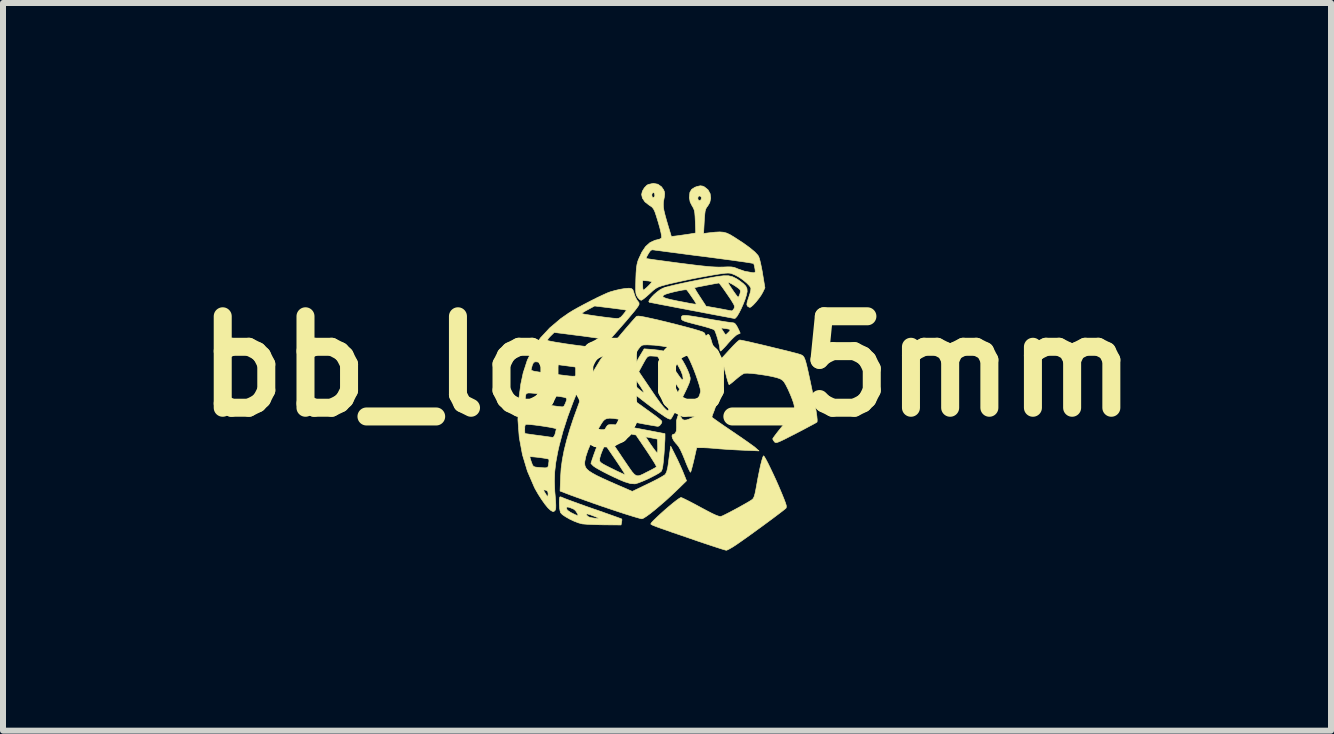
<source format=kicad_pcb>
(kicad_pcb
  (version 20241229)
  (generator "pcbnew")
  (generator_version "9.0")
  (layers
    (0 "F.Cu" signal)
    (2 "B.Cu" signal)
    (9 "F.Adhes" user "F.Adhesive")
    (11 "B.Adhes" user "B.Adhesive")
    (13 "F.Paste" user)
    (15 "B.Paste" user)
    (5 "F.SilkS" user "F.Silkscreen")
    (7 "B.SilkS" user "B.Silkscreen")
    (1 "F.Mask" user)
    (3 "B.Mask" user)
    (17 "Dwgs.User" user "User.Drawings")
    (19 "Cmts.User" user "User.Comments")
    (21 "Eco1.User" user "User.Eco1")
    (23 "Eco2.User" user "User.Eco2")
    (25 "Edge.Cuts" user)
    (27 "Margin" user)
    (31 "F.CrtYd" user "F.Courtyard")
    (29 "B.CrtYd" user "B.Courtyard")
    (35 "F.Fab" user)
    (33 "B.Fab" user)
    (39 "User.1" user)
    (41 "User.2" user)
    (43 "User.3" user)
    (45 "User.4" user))
  (footprint "bb_logo_5mm"
    (layer "F.Cu")
    (at 8.063 3.054)
    (property "Reference" "bb_logo_5mm" (at 0 0 0) (layer "F.SilkS") (effects (font (size 1.524 1.524) (thickness 0.3))))
    (attr through_hole)
    (fp_poly (pts (xy 0.328 -0.848) (xy 0.393 -0.84) (xy 0.482 -0.826) (xy 0.6 -0.806) (xy 0.652 -0.797) (xy 0.764 -0.777) (xy 0.869 -0.76) (xy 0.959 -0.745) (xy 1.029 -0.735) (xy 1.074 -0.729) (xy 1.086 -0.728) (xy 1.117 -0.723) (xy 1.141 -0.704) (xy 1.167 -0.663) (xy 1.177 -0.644) (xy 1.2 -0.597) (xy 1.215 -0.563) (xy 1.219 -0.553) (xy 1.205 -0.544) (xy 1.179 -0.536) (xy 1.152 -0.519) (xy 1.11 -0.482) (xy 1.059 -0.431) (xy 1.023 -0.391) (xy 0.974 -0.335) (xy 0.932 -0.291) (xy 0.903 -0.262) (xy 0.893 -0.255) (xy 0.883 -0.268) (xy 0.881 -0.285) (xy 0.876 -0.326) (xy 0.863 -0.384) (xy 0.846 -0.451) (xy 0.826 -0.516) (xy 0.807 -0.57) (xy 0.792 -0.603) (xy 0.789 -0.607) (xy 0.765 -0.619) (xy 0.714 -0.637) (xy 0.699 -0.641) (xy 0.899 -0.641) (xy 0.936 -0.583) (xy 0.96 -0.547) (xy 0.975 -0.527) (xy 0.977 -0.525) (xy 0.99 -0.536) (xy 1.017 -0.562) (xy 1.024 -0.568) (xy 1.047 -0.594) (xy 1.05 -0.611) (xy 1.029 -0.621) (xy 0.979 -0.63) (xy 0.962 -0.632) (xy 0.899 -0.641) (xy 0.699 -0.641) (xy 0.643 -0.658) (xy 0.558 -0.681) (xy 0.505 -0.694) (xy 0.405 -0.72) (xy 0.332 -0.74) (xy 0.284 -0.756) (xy 0.256 -0.77) (xy 0.243 -0.783) (xy 0.241 -0.79) (xy 0.239 -0.815) (xy 0.243 -0.833) (xy 0.257 -0.844) (xy 0.284 -0.849) (xy 0.328 -0.848)) (stroke (width 0.01) (type solid)) (fill yes) (layer "F.SilkS"))
    (fp_poly (pts (xy -1.767 2.176) (xy -1.765 2.176) (xy -1.711 2.199) (xy -1.648 2.223) (xy -1.572 2.251) (xy -1.479 2.285) (xy -1.365 2.326) (xy -1.225 2.375) (xy -1.163 2.396) (xy -1.053 2.435) (xy -0.954 2.47) (xy -0.87 2.5) (xy -0.806 2.523) (xy -0.766 2.538) (xy -0.754 2.543) (xy -0.752 2.562) (xy -0.757 2.595) (xy -0.766 2.642) (xy -1.048 2.64) (xy -1.149 2.638) (xy -1.246 2.635) (xy -1.329 2.631) (xy -1.391 2.626) (xy -1.414 2.624) (xy -1.476 2.607) (xy -1.549 2.579) (xy -1.623 2.544) (xy -1.691 2.505) (xy -1.744 2.469) (xy -1.773 2.438) (xy -1.774 2.437) (xy -1.784 2.399) (xy -1.789 2.366) (xy -1.676 2.366) (xy -1.66 2.396) (xy -1.61 2.431) (xy -1.588 2.442) (xy -1.528 2.472) (xy -1.494 2.484) (xy -1.482 2.48) (xy -1.489 2.46) (xy -1.346 2.46) (xy -1.34 2.477) (xy -1.33 2.488) (xy -1.307 2.507) (xy -1.272 2.519) (xy -1.218 2.528) (xy -1.138 2.536) (xy -1.135 2.536) (xy -1.136 2.531) (xy -1.162 2.518) (xy -1.209 2.498) (xy -1.211 2.497) (xy -1.284 2.47) (xy -1.328 2.458) (xy -1.346 2.46) (xy -1.489 2.46) (xy -1.489 2.459) (xy -1.502 2.437) (xy -1.526 2.402) (xy -1.556 2.378) (xy -1.603 2.358) (xy -1.638 2.346) (xy -1.667 2.343) (xy -1.676 2.361) (xy -1.676 2.366) (xy -1.789 2.366) (xy -1.792 2.341) (xy -1.795 2.28) (xy -1.794 2.219) (xy -1.79 2.186) (xy -1.782 2.173) (xy -1.767 2.176)) (stroke (width 0.01) (type solid)) (fill yes) (layer "F.SilkS"))
    (fp_poly (pts (xy 0.806 0.664) (xy 0.804 0.683) (xy 0.791 0.722) (xy 0.779 0.754) (xy 0.76 0.802) (xy 0.749 0.837) (xy 0.749 0.847) (xy 0.764 0.86) (xy 0.803 0.888) (xy 0.862 0.93) (xy 0.937 0.982) (xy 1.025 1.042) (xy 1.084 1.082) (xy 1.181 1.148) (xy 1.273 1.211) (xy 1.353 1.267) (xy 1.417 1.313) (xy 1.461 1.345) (xy 1.473 1.356) (xy 1.532 1.408) (xy 1.27 1.397) (xy 1.162 1.392) (xy 1.051 1.386) (xy 0.948 1.379) (xy 0.863 1.373) (xy 0.847 1.371) (xy 0.763 1.364) (xy 0.678 1.358) (xy 0.608 1.355) (xy 0.59 1.355) (xy 0.494 1.355) (xy 0.449 1.554) (xy 0.43 1.632) (xy 0.413 1.697) (xy 0.4 1.744) (xy 0.392 1.764) (xy 0.392 1.764) (xy 0.382 1.753) (xy 0.363 1.716) (xy 0.337 1.658) (xy 0.307 1.585) (xy 0.299 1.563) (xy 0.258 1.464) (xy 0.224 1.39) (xy 0.193 1.336) (xy 0.16 1.295) (xy 0.15 1.285) (xy 0.115 1.241) (xy 0.091 1.197) (xy 0.082 1.16) (xy 0.09 1.138) (xy 0.1 1.135) (xy 0.135 1.12) (xy 0.155 1.077) (xy 0.159 1.01) (xy 0.158 0.995) (xy 0.158 0.904) (xy 0.173 0.847) (xy 0.197 0.788) (xy 0.23 0.844) (xy 0.255 0.881) (xy 0.282 0.895) (xy 0.322 0.893) (xy 0.358 0.882) (xy 0.417 0.857) (xy 0.49 0.822) (xy 0.57 0.781) (xy 0.589 0.77) (xy 0.665 0.73) (xy 0.729 0.697) (xy 0.777 0.674) (xy 0.803 0.664) (xy 0.806 0.664)) (stroke (width 0.01) (type solid)) (fill yes) (layer "F.SilkS"))
    (fp_poly (pts (xy 1.622 1.505) (xy 1.646 1.546) (xy 1.68 1.61) (xy 1.719 1.69) (xy 1.764 1.784) (xy 1.811 1.885) (xy 1.858 1.991) (xy 1.902 2.095) (xy 1.913 2.121) (xy 1.949 2.21) (xy 1.973 2.273) (xy 1.986 2.315) (xy 1.988 2.343) (xy 1.983 2.36) (xy 1.981 2.363) (xy 1.961 2.38) (xy 1.918 2.414) (xy 1.855 2.462) (xy 1.778 2.52) (xy 1.689 2.586) (xy 1.594 2.656) (xy 1.496 2.727) (xy 1.4 2.797) (xy 1.309 2.862) (xy 1.228 2.919) (xy 1.162 2.965) (xy 1.155 2.97) (xy 1.093 3.01) (xy 1.038 3.042) (xy 0.999 3.061) (xy 0.986 3.064) (xy 0.963 3.058) (xy 0.913 3.043) (xy 0.838 3.019) (xy 0.743 2.988) (xy 0.632 2.951) (xy 0.507 2.909) (xy 0.398 2.871) (xy 0.233 2.814) (xy 0.096 2.768) (xy -0.013 2.729) (xy -0.099 2.699) (xy -0.164 2.676) (xy -0.21 2.658) (xy -0.242 2.645) (xy -0.26 2.635) (xy -0.269 2.629) (xy -0.271 2.625) (xy -0.259 2.604) (xy -0.225 2.567) (xy -0.174 2.518) (xy -0.112 2.46) (xy -0.043 2.398) (xy 0.028 2.337) (xy 0.095 2.281) (xy 0.155 2.234) (xy 0.201 2.201) (xy 0.229 2.185) (xy 0.233 2.184) (xy 0.254 2.192) (xy 0.301 2.214) (xy 0.367 2.247) (xy 0.448 2.289) (xy 0.539 2.338) (xy 0.555 2.347) (xy 0.666 2.406) (xy 0.751 2.45) (xy 0.814 2.479) (xy 0.858 2.495) (xy 0.888 2.501) (xy 0.897 2.5) (xy 0.925 2.49) (xy 0.976 2.465) (xy 1.043 2.431) (xy 1.12 2.39) (xy 1.2 2.347) (xy 1.278 2.303) (xy 1.347 2.264) (xy 1.399 2.232) (xy 1.419 2.218) (xy 1.436 2.201) (xy 1.451 2.17) (xy 1.465 2.122) (xy 1.48 2.049) (xy 1.491 1.99) (xy 1.514 1.863) (xy 1.537 1.748) (xy 1.558 1.649) (xy 1.578 1.571) (xy 1.594 1.517) (xy 1.606 1.492) (xy 1.609 1.49) (xy 1.622 1.505)) (stroke (width 0.01) (type solid)) (fill yes) (layer "F.SilkS"))
    (fp_poly (pts (xy 1.236 -0.436) (xy 1.289 -0.425) (xy 1.365 -0.409) (xy 1.458 -0.387) (xy 1.563 -0.363) (xy 1.675 -0.336) (xy 1.789 -0.308) (xy 1.901 -0.281) (xy 2.003 -0.256) (xy 2.093 -0.233) (xy 2.164 -0.215) (xy 2.211 -0.201) (xy 2.226 -0.196) (xy 2.248 -0.186) (xy 2.266 -0.173) (xy 2.281 -0.154) (xy 2.295 -0.124) (xy 2.31 -0.08) (xy 2.327 -0.016) (xy 2.347 0.07) (xy 2.372 0.184) (xy 2.387 0.254) (xy 2.427 0.445) (xy 2.459 0.605) (xy 2.482 0.732) (xy 2.496 0.827) (xy 2.502 0.892) (xy 2.5 0.925) (xy 2.497 0.929) (xy 2.478 0.941) (xy 2.433 0.966) (xy 2.367 1.001) (xy 2.285 1.045) (xy 2.191 1.094) (xy 2.149 1.116) (xy 2.041 1.171) (xy 1.959 1.213) (xy 1.898 1.242) (xy 1.856 1.26) (xy 1.828 1.269) (xy 1.81 1.269) (xy 1.797 1.264) (xy 1.789 1.256) (xy 1.767 1.225) (xy 1.761 1.207) (xy 1.771 1.189) (xy 1.8 1.149) (xy 1.842 1.094) (xy 1.894 1.029) (xy 1.913 1.006) (xy 1.972 0.933) (xy 2.025 0.863) (xy 2.068 0.804) (xy 2.095 0.762) (xy 2.098 0.756) (xy 2.117 0.715) (xy 2.122 0.682) (xy 2.116 0.641) (xy 2.106 0.604) (xy 2.086 0.547) (xy 2.057 0.474) (xy 2.023 0.397) (xy 2.013 0.375) (xy 1.978 0.306) (xy 1.951 0.261) (xy 1.925 0.232) (xy 1.894 0.212) (xy 1.874 0.203) (xy 1.826 0.187) (xy 1.756 0.17) (xy 1.671 0.153) (xy 1.579 0.139) (xy 1.488 0.126) (xy 1.405 0.117) (xy 1.337 0.113) (xy 1.292 0.115) (xy 1.283 0.117) (xy 1.25 0.136) (xy 1.202 0.17) (xy 1.149 0.214) (xy 1.143 0.219) (xy 1.095 0.26) (xy 1.057 0.29) (xy 1.035 0.304) (xy 1.034 0.305) (xy 1.026 0.289) (xy 1.012 0.247) (xy 0.994 0.184) (xy 0.974 0.105) (xy 0.968 0.083) (xy 0.914 -0.138) (xy 1.052 -0.289) (xy 1.107 -0.348) (xy 1.155 -0.396) (xy 1.192 -0.428) (xy 1.211 -0.44) (xy 1.211 -0.44) (xy 1.236 -0.436)) (stroke (width 0.01) (type solid)) (fill yes) (layer "F.SilkS"))
    (fp_poly (pts (xy -0.246 -0.282) (xy -0.146 -0.271) (xy -0.045 -0.254) (xy 0.049 -0.232) (xy 0.129 -0.208) (xy 0.186 -0.183) (xy 0.199 -0.175) (xy 0.23 -0.141) (xy 0.267 -0.084) (xy 0.306 -0.014) (xy 0.342 0.06) (xy 0.369 0.128) (xy 0.384 0.182) (xy 0.385 0.185) (xy 0.386 0.21) (xy 0.381 0.24) (xy 0.368 0.28) (xy 0.345 0.334) (xy 0.312 0.406) (xy 0.265 0.501) (xy 0.238 0.553) (xy 0.19 0.648) (xy 0.146 0.732) (xy 0.109 0.801) (xy 0.081 0.851) (xy 0.064 0.876) (xy 0.063 0.878) (xy 0.045 0.879) (xy 0.01 0.865) (xy -0.043 0.833) (xy -0.119 0.78) (xy -0.129 0.774) (xy -0.211 0.714) (xy -0.308 0.642) (xy -0.406 0.567) (xy -0.488 0.503) (xy -0.563 0.443) (xy -0.615 0.4) (xy -0.647 0.369) (xy -0.664 0.346) (xy -0.669 0.327) (xy -0.667 0.308) (xy -0.662 0.294) (xy -0.539 0.294) (xy -0.529 0.32) (xy -0.5 0.352) (xy -0.473 0.376) (xy -0.43 0.411) (xy -0.398 0.434) (xy -0.385 0.44) (xy -0.387 0.427) (xy -0.405 0.394) (xy -0.435 0.346) (xy -0.442 0.334) (xy -0.477 0.283) (xy -0.504 0.243) (xy -0.518 0.223) (xy -0.518 0.222) (xy -0.525 0.232) (xy -0.535 0.264) (xy -0.535 0.264) (xy -0.539 0.294) (xy -0.662 0.294) (xy -0.646 0.239) (xy -0.612 0.151) (xy -0.585 0.088) (xy -0.47 0.088) (xy -0.274 0.378) (xy -0.187 0.506) (xy -0.116 0.605) (xy -0.06 0.676) (xy -0.018 0.72) (xy 0.008 0.737) (xy 0.017 0.736) (xy 0.028 0.72) (xy 0.051 0.68) (xy 0.082 0.622) (xy 0.117 0.555) (xy 0.209 0.379) (xy -0.126 -0.117) (xy 0.025 -0.117) (xy 0.04 -0.083) (xy 0.075 -0.026) (xy 0.127 0.053) (xy 0.13 0.059) (xy 0.183 0.135) (xy 0.219 0.186) (xy 0.243 0.215) (xy 0.257 0.225) (xy 0.265 0.22) (xy 0.268 0.203) (xy 0.261 0.152) (xy 0.233 0.078) (xy 0.211 0.036) (xy 0.177 -0.027) (xy 0.146 -0.067) (xy 0.11 -0.094) (xy 0.06 -0.115) (xy 0.029 -0.125) (xy 0.025 -0.117) (xy -0.126 -0.117) (xy -0.159 -0.167) (xy -0.239 -0.172) (xy -0.277 -0.174) (xy -0.304 -0.171) (xy -0.326 -0.158) (xy -0.349 -0.13) (xy -0.377 -0.082) (xy -0.416 -0.011) (xy -0.47 0.088) (xy -0.585 0.088) (xy -0.57 0.054) (xy -0.523 -0.043) (xy -0.478 -0.13) (xy -0.461 -0.159) (xy -0.381 -0.292) (xy -0.246 -0.282)) (stroke (width 0.01) (type solid)) (fill yes) (layer "F.SilkS"))
    (fp_poly (pts (xy -0.891 0.971) (xy -0.824 0.978) (xy -0.735 0.991) (xy -0.62 1.01) (xy -0.478 1.036) (xy -0.358 1.059) (xy -0.034 1.121) (xy -0.034 1.183) (xy -0.035 1.223) (xy -0.039 1.288) (xy -0.044 1.37) (xy -0.05 1.461) (xy -0.052 1.482) (xy -0.061 1.585) (xy -0.07 1.659) (xy -0.08 1.709) (xy -0.091 1.74) (xy -0.098 1.75) (xy -0.13 1.775) (xy -0.186 1.807) (xy -0.257 1.844) (xy -0.334 1.882) (xy -0.411 1.915) (xy -0.478 1.941) (xy -0.528 1.956) (xy -0.537 1.957) (xy -0.611 1.952) (xy -0.706 1.923) (xy -0.709 1.922) (xy -0.788 1.889) (xy -0.876 1.849) (xy -0.967 1.805) (xy -1.054 1.761) (xy -1.13 1.72) (xy -1.191 1.685) (xy -1.228 1.659) (xy -1.233 1.654) (xy -1.268 1.617) (xy -1.246 1.549) (xy -1.124 1.549) (xy -1.123 1.57) (xy -1.116 1.588) (xy -1.098 1.606) (xy -1.065 1.628) (xy -1.011 1.657) (xy -0.932 1.697) (xy -0.915 1.705) (xy -0.838 1.743) (xy -0.773 1.773) (xy -0.725 1.795) (xy -0.7 1.804) (xy -0.698 1.804) (xy -0.705 1.789) (xy -0.729 1.751) (xy -0.766 1.693) (xy -0.813 1.622) (xy -0.862 1.549) (xy -1.033 1.299) (xy -1.077 1.399) (xy -1.101 1.46) (xy -1.118 1.517) (xy -1.124 1.549) (xy -1.246 1.549) (xy -1.219 1.47) (xy -1.189 1.388) (xy -1.153 1.299) (xy -1.114 1.21) (xy -1.091 1.16) (xy -0.963 1.16) (xy -0.96 1.18) (xy -0.948 1.208) (xy -0.926 1.247) (xy -0.892 1.301) (xy -0.843 1.374) (xy -0.778 1.47) (xy -0.751 1.511) (xy -0.679 1.617) (xy -0.623 1.699) (xy -0.58 1.759) (xy -0.545 1.798) (xy -0.514 1.819) (xy -0.483 1.824) (xy -0.448 1.816) (xy -0.404 1.797) (xy -0.348 1.768) (xy -0.312 1.75) (xy -0.253 1.72) (xy -0.206 1.694) (xy -0.179 1.677) (xy -0.177 1.674) (xy -0.183 1.656) (xy -0.205 1.615) (xy -0.242 1.556) (xy -0.289 1.482) (xy -0.342 1.402) (xy -0.497 1.173) (xy -0.357 1.173) (xy -0.328 1.217) (xy -0.276 1.296) (xy -0.23 1.361) (xy -0.194 1.409) (xy -0.17 1.435) (xy -0.164 1.439) (xy -0.158 1.424) (xy -0.155 1.383) (xy -0.156 1.327) (xy -0.156 1.326) (xy -0.161 1.212) (xy -0.259 1.192) (xy -0.357 1.173) (xy -0.497 1.173) (xy -0.516 1.144) (xy -0.618 1.123) (xy -0.696 1.109) (xy -0.782 1.097) (xy -0.824 1.092) (xy -0.882 1.086) (xy -0.915 1.087) (xy -0.935 1.098) (xy -0.949 1.121) (xy -0.953 1.128) (xy -0.96 1.144) (xy -0.963 1.16) (xy -1.091 1.16) (xy -1.075 1.127) (xy -1.039 1.056) (xy -1.009 1.005) (xy -0.99 0.982) (xy -0.972 0.973) (xy -0.94 0.97) (xy -0.891 0.971)) (stroke (width 0.01) (type solid)) (fill yes) (layer "F.SilkS"))
    (fp_poly (pts (xy 1.022 -1.51) (xy 1.088 -1.495) (xy 1.153 -1.463) (xy 1.201 -1.432) (xy 1.27 -1.38) (xy 1.312 -1.337) (xy 1.332 -1.295) (xy 1.335 -1.249) (xy 1.334 -1.241) (xy 1.321 -1.182) (xy 1.298 -1.11) (xy 1.268 -1.034) (xy 1.234 -0.958) (xy 1.2 -0.891) (xy 1.168 -0.837) (xy 1.141 -0.805) (xy 1.126 -0.798) (xy 1.106 -0.801) (xy 1.057 -0.81) (xy 0.981 -0.825) (xy 0.883 -0.843) (xy 0.766 -0.865) (xy 0.634 -0.89) (xy 0.49 -0.918) (xy 0.423 -0.93) (xy 0.274 -0.959) (xy 0.135 -0.985) (xy 0.009 -1.01) (xy -0.1 -1.03) (xy -0.189 -1.048) (xy -0.253 -1.06) (xy -0.289 -1.067) (xy -0.295 -1.068) (xy -0.304 -1.082) (xy -0.291 -1.111) (xy -0.261 -1.15) (xy -0.246 -1.165) (xy -0.072 -1.165) (xy -0.055 -1.149) (xy -0.012 -1.132) (xy 0.062 -1.113) (xy 0.166 -1.091) (xy 0.196 -1.085) (xy 0.303 -1.065) (xy 0.38 -1.05) (xy 0.433 -1.041) (xy 0.465 -1.037) (xy 0.482 -1.037) (xy 0.486 -1.042) (xy 0.483 -1.05) (xy 0.481 -1.054) (xy 0.456 -1.094) (xy 0.422 -1.144) (xy 0.387 -1.195) (xy 0.355 -1.24) (xy 0.332 -1.27) (xy 0.325 -1.276) (xy 0.302 -1.277) (xy 0.256 -1.271) (xy 0.194 -1.259) (xy 0.125 -1.244) (xy 0.057 -1.227) (xy 0.001 -1.211) (xy -0.03 -1.2) (xy -0.063 -1.182) (xy -0.072 -1.165) (xy -0.246 -1.165) (xy -0.219 -1.194) (xy -0.169 -1.237) (xy -0.118 -1.275) (xy -0.069 -1.302) (xy -0.068 -1.302) (xy -0.043 -1.311) (xy 0.459 -1.311) (xy 0.465 -1.295) (xy 0.486 -1.257) (xy 0.519 -1.204) (xy 0.552 -1.153) (xy 0.651 -1.002) (xy 0.855 -0.966) (xy 0.935 -0.951) (xy 1.003 -0.938) (xy 1.052 -0.929) (xy 1.075 -0.924) (xy 1.075 -0.924) (xy 1.095 -0.934) (xy 1.115 -0.961) (xy 1.123 -0.98) (xy 1.124 -0.999) (xy 1.116 -1.025) (xy 1.095 -1.062) (xy 1.061 -1.117) (xy 1.009 -1.193) (xy 1.007 -1.196) (xy 0.959 -1.266) (xy 0.917 -1.325) (xy 0.885 -1.367) (xy 0.868 -1.387) (xy 0.866 -1.389) (xy 0.843 -1.386) (xy 0.797 -1.378) (xy 0.734 -1.366) (xy 0.664 -1.353) (xy 0.593 -1.339) (xy 0.53 -1.327) (xy 0.483 -1.317) (xy 0.46 -1.311) (xy 0.459 -1.311) (xy -0.043 -1.311) (xy -0.025 -1.317) (xy 0.047 -1.336) (xy 0.141 -1.359) (xy 0.253 -1.384) (xy 0.317 -1.397) (xy 1.016 -1.397) (xy 1.025 -1.378) (xy 1.048 -1.34) (xy 1.08 -1.292) (xy 1.115 -1.241) (xy 1.148 -1.195) (xy 1.173 -1.163) (xy 1.185 -1.151) (xy 1.197 -1.166) (xy 1.212 -1.202) (xy 1.215 -1.21) (xy 1.224 -1.25) (xy 1.217 -1.276) (xy 1.188 -1.303) (xy 1.179 -1.309) (xy 1.136 -1.339) (xy 1.089 -1.368) (xy 1.049 -1.389) (xy 1.022 -1.399) (xy 1.016 -1.397) (xy 0.317 -1.397) (xy 0.377 -1.41) (xy 0.507 -1.436) (xy 0.638 -1.461) (xy 0.765 -1.484) (xy 0.846 -1.498) (xy 0.945 -1.51) (xy 1.022 -1.51)) (stroke (width 0.01) (type solid)) (fill yes) (layer "F.SilkS"))
    (fp_poly (pts (xy -0.439 -0.834) (xy -0.379 -0.823) (xy -0.294 -0.805) (xy -0.252 -0.796) (xy -0.113 -0.764) (xy 0.035 -0.728) (xy 0.182 -0.691) (xy 0.32 -0.655) (xy 0.442 -0.622) (xy 0.533 -0.595) (xy 0.594 -0.574) (xy 0.626 -0.554) (xy 0.633 -0.536) (xy 0.638 -0.511) (xy 0.658 -0.515) (xy 0.674 -0.528) (xy 0.69 -0.534) (xy 0.707 -0.514) (xy 0.719 -0.486) (xy 0.733 -0.446) (xy 0.752 -0.382) (xy 0.775 -0.297) (xy 0.801 -0.199) (xy 0.827 -0.092) (xy 0.854 0.016) (xy 0.878 0.12) (xy 0.9 0.215) (xy 0.917 0.294) (xy 0.928 0.351) (xy 0.931 0.38) (xy 0.926 0.417) (xy 0.906 0.452) (xy 0.868 0.49) (xy 0.809 0.534) (xy 0.724 0.587) (xy 0.69 0.607) (xy 0.627 0.644) (xy 0.576 0.673) (xy 0.543 0.69) (xy 0.535 0.694) (xy 0.522 0.682) (xy 0.501 0.652) (xy 0.501 0.652) (xy 0.486 0.624) (xy 0.484 0.6) (xy 0.498 0.568) (xy 0.516 0.536) (xy 0.542 0.481) (xy 0.557 0.428) (xy 0.559 0.409) (xy 0.552 0.369) (xy 0.535 0.305) (xy 0.509 0.225) (xy 0.478 0.136) (xy 0.443 0.044) (xy 0.407 -0.042) (xy 0.374 -0.115) (xy 0.369 -0.124) (xy 0.337 -0.183) (xy 0.305 -0.221) (xy 0.264 -0.247) (xy 0.242 -0.257) (xy 0.153 -0.288) (xy 0.041 -0.316) (xy -0.083 -0.338) (xy -0.209 -0.353) (xy -0.327 -0.359) (xy -0.393 -0.357) (xy -0.419 -0.35) (xy -0.446 -0.327) (xy -0.478 -0.287) (xy -0.516 -0.226) (xy -0.562 -0.139) (xy -0.616 -0.034) (xy -0.673 0.083) (xy -0.716 0.175) (xy -0.746 0.244) (xy -0.764 0.296) (xy -0.772 0.335) (xy -0.77 0.364) (xy -0.761 0.388) (xy -0.757 0.396) (xy -0.735 0.418) (xy -0.69 0.456) (xy -0.627 0.506) (xy -0.55 0.565) (xy -0.464 0.629) (xy -0.445 0.642) (xy -0.335 0.722) (xy -0.249 0.784) (xy -0.184 0.831) (xy -0.139 0.866) (xy -0.109 0.891) (xy -0.092 0.908) (xy -0.086 0.921) (xy -0.087 0.932) (xy -0.092 0.944) (xy -0.098 0.955) (xy -0.125 0.989) (xy -0.151 0.999) (xy -0.177 0.996) (xy -0.23 0.987) (xy -0.307 0.974) (xy -0.402 0.957) (xy -0.51 0.936) (xy -0.583 0.922) (xy -0.715 0.897) (xy -0.819 0.878) (xy -0.898 0.866) (xy -0.957 0.863) (xy -1.002 0.869) (xy -1.036 0.884) (xy -1.064 0.911) (xy -1.091 0.949) (xy -1.121 1) (xy -1.138 1.028) (xy -1.209 1.156) (xy -1.27 1.282) (xy -1.319 1.399) (xy -1.353 1.502) (xy -1.37 1.585) (xy -1.372 1.612) (xy -1.369 1.647) (xy -1.358 1.68) (xy -1.336 1.711) (xy -1.3 1.743) (xy -1.247 1.777) (xy -1.175 1.817) (xy -1.079 1.863) (xy -0.958 1.918) (xy -0.819 1.979) (xy -0.579 2.083) (xy -0.319 1.958) (xy -0.231 1.915) (xy -0.151 1.874) (xy -0.087 1.838) (xy -0.043 1.811) (xy -0.028 1.799) (xy -0.006 1.756) (xy 0.012 1.683) (xy 0.02 1.631) (xy 0.03 1.553) (xy 0.04 1.476) (xy 0.049 1.415) (xy 0.049 1.414) (xy 0.061 1.329) (xy 0.138 1.482) (xy 0.18 1.567) (xy 0.223 1.661) (xy 0.261 1.747) (xy 0.27 1.77) (xy 0.325 1.906) (xy 0.175 2.052) (xy 0.077 2.145) (xy -0.021 2.235) (xy -0.117 2.318) (xy -0.206 2.393) (xy -0.284 2.455) (xy -0.349 2.502) (xy -0.396 2.531) (xy -0.42 2.539) (xy -0.446 2.534) (xy -0.497 2.52) (xy -0.568 2.499) (xy -0.652 2.473) (xy -0.703 2.457) (xy -0.81 2.422) (xy -0.936 2.38) (xy -1.076 2.333) (xy -1.22 2.283) (xy -1.361 2.233) (xy -1.492 2.186) (xy -1.605 2.145) (xy -1.683 2.115) (xy -1.782 2.077) (xy -1.773 1.838) (xy -1.764 1.697) (xy -1.744 1.552) (xy -1.714 1.397) (xy -1.671 1.227) (xy -1.615 1.037) (xy -1.558 0.865) (xy -1.452 0.573) (xy -1.343 0.313) (xy -1.229 0.087) (xy -1.112 -0.107) (xy -1.047 -0.198) (xy -1.014 -0.241) (xy -0.963 -0.303) (xy -0.898 -0.381) (xy -0.825 -0.467) (xy -0.749 -0.558) (xy -0.673 -0.647) (xy -0.602 -0.729) (xy -0.541 -0.798) (xy -0.515 -0.827) (xy -0.502 -0.835) (xy -0.479 -0.838) (xy -0.439 -0.834)) (stroke (width 0.01) (type solid)) (fill yes) (layer "F.SilkS"))
    (fp_poly (pts (xy -0.153 -3.035) (xy -0.092 -2.992) (xy -0.058 -2.943) (xy -0.044 -2.91) (xy -0.039 -2.875) (xy -0.044 -2.827) (xy -0.052 -2.784) (xy -0.06 -2.74) (xy -0.062 -2.697) (xy -0.06 -2.651) (xy -0.051 -2.595) (xy -0.034 -2.525) (xy -0.009 -2.434) (xy 0.025 -2.319) (xy 0.037 -2.28) (xy 0.072 -2.164) (xy 0.167 -2.175) (xy 0.239 -2.185) (xy 0.322 -2.197) (xy 0.37 -2.204) (xy 0.478 -2.222) (xy 0.471 -2.414) (xy 0.467 -2.499) (xy 0.462 -2.56) (xy 0.453 -2.603) (xy 0.44 -2.637) (xy 0.421 -2.67) (xy 0.418 -2.674) (xy 0.385 -2.739) (xy 0.374 -2.805) (xy 0.512 -2.805) (xy 0.519 -2.775) (xy 0.541 -2.76) (xy 0.542 -2.76) (xy 0.563 -2.774) (xy 0.57 -2.787) (xy 0.571 -2.818) (xy 0.554 -2.838) (xy 0.53 -2.838) (xy 0.523 -2.832) (xy 0.512 -2.805) (xy 0.374 -2.805) (xy 0.373 -2.808) (xy 0.373 -2.828) (xy 0.381 -2.899) (xy 0.41 -2.949) (xy 0.464 -2.984) (xy 0.504 -2.998) (xy 0.555 -3.009) (xy 0.595 -3.003) (xy 0.623 -2.99) (xy 0.682 -2.943) (xy 0.718 -2.878) (xy 0.728 -2.803) (xy 0.712 -2.729) (xy 0.68 -2.675) (xy 0.659 -2.648) (xy 0.645 -2.62) (xy 0.635 -2.585) (xy 0.629 -2.535) (xy 0.623 -2.462) (xy 0.62 -2.415) (xy 0.609 -2.214) (xy 0.698 -2.225) (xy 0.8 -2.236) (xy 0.878 -2.24) (xy 0.939 -2.235) (xy 0.993 -2.221) (xy 1.049 -2.195) (xy 1.114 -2.156) (xy 1.125 -2.149) (xy 1.268 -2.056) (xy 1.38 -1.975) (xy 1.463 -1.906) (xy 1.514 -1.851) (xy 1.527 -1.829) (xy 1.541 -1.79) (xy 1.557 -1.726) (xy 1.574 -1.645) (xy 1.591 -1.556) (xy 1.593 -1.539) (xy 1.631 -1.309) (xy 1.595 -1.234) (xy 1.566 -1.184) (xy 1.526 -1.128) (xy 1.482 -1.073) (xy 1.439 -1.026) (xy 1.402 -0.993) (xy 1.381 -0.982) (xy 1.352 -0.994) (xy 1.339 -1.006) (xy 1.33 -1.027) (xy 1.333 -1.059) (xy 1.348 -1.111) (xy 1.362 -1.153) (xy 1.382 -1.215) (xy 1.395 -1.268) (xy 1.397 -1.302) (xy 1.397 -1.305) (xy 1.374 -1.342) (xy 1.328 -1.389) (xy 1.269 -1.438) (xy 1.204 -1.484) (xy 1.14 -1.519) (xy 1.139 -1.52) (xy 1.091 -1.54) (xy 1.054 -1.552) (xy 1.016 -1.555) (xy 0.965 -1.552) (xy 0.895 -1.543) (xy 0.803 -1.529) (xy 0.687 -1.509) (xy 0.555 -1.485) (xy 0.416 -1.458) (xy 0.278 -1.429) (xy 0.15 -1.401) (xy 0.04 -1.376) (xy -0.015 -1.362) (xy -0.091 -1.341) (xy -0.145 -1.322) (xy -0.189 -1.298) (xy -0.234 -1.263) (xy -0.29 -1.211) (xy -0.291 -1.21) (xy -0.344 -1.163) (xy -0.39 -1.125) (xy -0.423 -1.104) (xy -0.432 -1.101) (xy -0.457 -1.114) (xy -0.486 -1.147) (xy -0.492 -1.156) (xy -0.506 -1.18) (xy -0.516 -1.207) (xy -0.521 -1.243) (xy -0.523 -1.293) (xy -0.522 -1.351) (xy -0.406 -1.351) (xy -0.404 -1.304) (xy -0.398 -1.275) (xy -0.394 -1.27) (xy -0.377 -1.281) (xy -0.344 -1.309) (xy -0.318 -1.333) (xy -0.282 -1.37) (xy -0.259 -1.398) (xy -0.254 -1.407) (xy -0.269 -1.415) (xy -0.307 -1.423) (xy -0.33 -1.425) (xy -0.406 -1.431) (xy -0.406 -1.351) (xy -0.522 -1.351) (xy -0.522 -1.366) (xy -0.52 -1.448) (xy -0.516 -1.554) (xy -0.51 -1.634) (xy -0.501 -1.696) (xy -0.488 -1.747) (xy -0.477 -1.779) (xy -0.468 -1.798) (xy -0.347 -1.798) (xy -0.33 -1.794) (xy -0.282 -1.787) (xy -0.209 -1.776) (xy -0.114 -1.763) (xy -0.002 -1.748) (xy 0.124 -1.731) (xy 0.215 -1.719) (xy 0.382 -1.698) (xy 0.519 -1.681) (xy 0.632 -1.669) (xy 0.724 -1.66) (xy 0.8 -1.656) (xy 0.863 -1.654) (xy 0.92 -1.655) (xy 0.933 -1.655) (xy 1.013 -1.658) (xy 1.069 -1.657) (xy 1.113 -1.65) (xy 1.154 -1.636) (xy 1.178 -1.625) (xy 1.293 -1.585) (xy 1.422 -1.562) (xy 1.445 -1.56) (xy 1.464 -1.563) (xy 1.47 -1.58) (xy 1.466 -1.621) (xy 1.464 -1.63) (xy 1.455 -1.677) (xy 1.445 -1.708) (xy 1.442 -1.714) (xy 1.423 -1.718) (xy 1.375 -1.726) (xy 1.299 -1.738) (xy 1.199 -1.752) (xy 1.08 -1.769) (xy 0.943 -1.787) (xy 0.793 -1.807) (xy 0.635 -1.828) (xy 0.473 -1.848) (xy 0.319 -1.868) (xy 0.178 -1.887) (xy 0.054 -1.903) (xy -0.052 -1.917) (xy -0.134 -1.928) (xy -0.19 -1.935) (xy -0.215 -1.939) (xy -0.249 -1.942) (xy -0.273 -1.931) (xy -0.297 -1.899) (xy -0.311 -1.877) (xy -0.335 -1.834) (xy -0.347 -1.805) (xy -0.347 -1.798) (xy -0.468 -1.798) (xy -0.419 -1.904) (xy -0.356 -1.998) (xy -0.283 -2.063) (xy -0.2 -2.101) (xy -0.165 -2.109) (xy -0.121 -2.121) (xy -0.094 -2.137) (xy -0.091 -2.142) (xy -0.091 -2.172) (xy -0.101 -2.229) (xy -0.12 -2.308) (xy -0.147 -2.403) (xy -0.18 -2.51) (xy -0.18 -2.51) (xy -0.203 -2.578) (xy -0.224 -2.621) (xy -0.247 -2.651) (xy -0.28 -2.675) (xy -0.298 -2.686) (xy -0.368 -2.741) (xy -0.411 -2.805) (xy -0.421 -2.853) (xy -0.254 -2.853) (xy -0.245 -2.819) (xy -0.229 -2.811) (xy -0.208 -2.826) (xy -0.203 -2.853) (xy -0.212 -2.887) (xy -0.229 -2.896) (xy -0.249 -2.881) (xy -0.254 -2.853) (xy -0.421 -2.853) (xy -0.423 -2.865) (xy -0.411 -2.918) (xy -0.379 -2.973) (xy -0.337 -3.017) (xy -0.312 -3.031) (xy -0.228 -3.049) (xy -0.153 -3.035)) (stroke (width 0.01) (type solid)) (fill yes) (layer "F.SilkS"))
    (fp_poly (pts (xy -0.619 -1.301) (xy -0.588 -1.294) (xy -0.568 -1.274) (xy -0.554 -1.233) (xy -0.548 -1.213) (xy -0.528 -1.156) (xy -0.502 -1.107) (xy -0.491 -1.092) (xy -0.467 -1.06) (xy -0.466 -1.033) (xy -0.475 -1.013) (xy -0.496 -0.982) (xy -0.536 -0.929) (xy -0.597 -0.856) (xy -0.678 -0.76) (xy -0.781 -0.642) (xy -0.906 -0.5) (xy -1.042 -0.339) (xy -1.159 -0.188) (xy -1.261 -0.037) (xy -1.352 0.121) (xy -1.438 0.294) (xy -1.522 0.489) (xy -1.56 0.582) (xy -1.656 0.841) (xy -1.734 1.084) (xy -1.797 1.321) (xy -1.821 1.427) (xy -1.853 1.6) (xy -1.871 1.757) (xy -1.876 1.912) (xy -1.87 2.081) (xy -1.864 2.148) (xy -1.856 2.247) (xy -1.853 2.317) (xy -1.854 2.363) (xy -1.86 2.39) (xy -1.864 2.398) (xy -1.886 2.418) (xy -1.909 2.416) (xy -1.942 2.396) (xy -1.983 2.358) (xy -2.034 2.296) (xy -2.09 2.217) (xy -2.147 2.128) (xy -2.18 2.07) (xy -2.055 2.07) (xy -2.044 2.089) (xy -2.021 2.126) (xy -2.009 2.146) (xy -1.992 2.166) (xy -1.983 2.154) (xy -1.981 2.119) (xy -1.988 2.081) (xy -2.014 2.064) (xy -2.024 2.062) (xy -2.054 2.058) (xy -2.055 2.07) (xy -2.18 2.07) (xy -2.199 2.037) (xy -2.213 2.008) (xy -2.326 1.746) (xy -2.398 1.507) (xy -2.286 1.507) (xy -2.281 1.528) (xy -2.268 1.57) (xy -2.259 1.596) (xy -2.241 1.644) (xy -2.222 1.668) (xy -2.191 1.678) (xy -2.162 1.681) (xy -2.083 1.688) (xy -2.032 1.691) (xy -2.001 1.687) (xy -1.985 1.675) (xy -1.977 1.653) (xy -1.973 1.624) (xy -1.967 1.58) (xy -1.968 1.551) (xy -1.969 1.547) (xy -1.989 1.54) (xy -2.032 1.532) (xy -2.09 1.523) (xy -2.152 1.515) (xy -2.211 1.509) (xy -2.258 1.505) (xy -2.284 1.506) (xy -2.286 1.507) (xy -2.398 1.507) (xy -2.409 1.47) (xy -2.462 1.184) (xy -2.473 1.041) (xy -2.371 1.041) (xy -2.37 1.087) (xy -2.368 1.115) (xy -2.366 1.119) (xy -2.349 1.122) (xy -2.306 1.128) (xy -2.244 1.137) (xy -2.171 1.147) (xy -2.094 1.157) (xy -2.021 1.167) (xy -1.959 1.176) (xy -1.917 1.181) (xy -1.902 1.183) (xy -1.885 1.17) (xy -1.867 1.134) (xy -1.864 1.122) (xy -1.852 1.076) (xy -1.846 1.045) (xy -1.846 1.041) (xy -1.861 1.034) (xy -1.904 1.024) (xy -1.966 1.012) (xy -2.04 1) (xy -2.12 0.988) (xy -2.198 0.978) (xy -2.269 0.97) (xy -2.323 0.966) (xy -2.341 0.965) (xy -2.36 0.972) (xy -2.369 0.997) (xy -2.371 1.041) (xy -2.473 1.041) (xy -2.484 0.891) (xy -2.476 0.592) (xy -2.475 0.585) (xy -2.365 0.585) (xy -2.364 0.588) (xy -2.347 0.592) (xy -2.302 0.599) (xy -2.237 0.609) (xy -2.158 0.62) (xy -2.071 0.632) (xy -1.982 0.645) (xy -1.898 0.656) (xy -1.826 0.666) (xy -1.771 0.672) (xy -1.741 0.675) (xy -1.716 0.661) (xy -1.692 0.613) (xy -1.688 0.601) (xy -1.677 0.573) (xy -1.671 0.552) (xy -1.673 0.536) (xy -1.686 0.524) (xy -1.715 0.515) (xy -1.763 0.506) (xy -1.835 0.496) (xy -1.934 0.483) (xy -2.007 0.474) (xy -2.122 0.46) (xy -2.208 0.449) (xy -2.269 0.444) (xy -2.31 0.443) (xy -2.335 0.449) (xy -2.348 0.46) (xy -2.354 0.478) (xy -2.358 0.503) (xy -2.359 0.512) (xy -2.364 0.557) (xy -2.365 0.585) (xy -2.475 0.585) (xy -2.436 0.293) (xy -2.396 0.106) (xy -2.378 0.052) (xy -2.264 0.052) (xy -2.26 0.063) (xy -2.246 0.071) (xy -2.219 0.08) (xy -2.172 0.088) (xy -2.103 0.099) (xy -2.008 0.112) (xy -1.936 0.121) (xy -1.806 0.138) (xy -1.705 0.151) (xy -1.63 0.16) (xy -1.576 0.164) (xy -1.539 0.163) (xy -1.514 0.157) (xy -1.499 0.147) (xy -1.487 0.13) (xy -1.477 0.109) (xy -1.472 0.1) (xy -1.452 0.058) (xy -1.443 0.03) (xy -1.443 0.025) (xy -1.46 0.021) (xy -1.507 0.014) (xy -1.576 0.004) (xy -1.664 -0.008) (xy -1.765 -0.021) (xy -1.787 -0.024) (xy -1.893 -0.038) (xy -1.99 -0.051) (xy -2.073 -0.062) (xy -2.135 -0.07) (xy -2.17 -0.075) (xy -2.172 -0.076) (xy -2.203 -0.076) (xy -2.226 -0.06) (xy -2.244 -0.023) (xy -2.261 0.039) (xy -2.264 0.052) (xy -2.378 0.052) (xy -2.328 -0.103) (xy -2.233 -0.295) (xy -2.137 -0.433) (xy -1.993 -0.433) (xy -1.975 -0.426) (xy -1.93 -0.417) (xy -1.863 -0.404) (xy -1.78 -0.391) (xy -1.687 -0.376) (xy -1.589 -0.362) (xy -1.492 -0.349) (xy -1.403 -0.338) (xy -1.327 -0.329) (xy -1.269 -0.324) (xy -1.259 -0.324) (xy -1.218 -0.329) (xy -1.183 -0.352) (xy -1.153 -0.385) (xy -1.122 -0.424) (xy -1.104 -0.451) (xy -1.101 -0.458) (xy -1.117 -0.463) (xy -1.162 -0.471) (xy -1.231 -0.481) (xy -1.32 -0.494) (xy -1.424 -0.508) (xy -1.49 -0.516) (xy -1.88 -0.565) (xy -1.939 -0.507) (xy -1.973 -0.471) (xy -1.991 -0.442) (xy -1.993 -0.433) (xy -2.137 -0.433) (xy -2.109 -0.474) (xy -1.955 -0.64) (xy -1.77 -0.796) (xy -1.648 -0.881) (xy -1.422 -0.881) (xy -1.407 -0.876) (xy -1.364 -0.867) (xy -1.3 -0.857) (xy -1.223 -0.845) (xy -1.137 -0.833) (xy -1.05 -0.821) (xy -0.969 -0.811) (xy -0.899 -0.803) (xy -0.848 -0.799) (xy -0.837 -0.798) (xy -0.799 -0.803) (xy -0.765 -0.825) (xy -0.731 -0.863) (xy -0.7 -0.902) (xy -0.681 -0.929) (xy -0.677 -0.936) (xy -0.693 -0.94) (xy -0.737 -0.947) (xy -0.803 -0.956) (xy -0.886 -0.967) (xy -0.942 -0.974) (xy -1.207 -1.006) (xy -1.314 -0.948) (xy -1.367 -0.919) (xy -1.406 -0.895) (xy -1.422 -0.881) (xy -1.422 -0.881) (xy -1.648 -0.881) (xy -1.635 -0.89) (xy -1.565 -0.933) (xy -1.476 -0.983) (xy -1.375 -1.037) (xy -1.269 -1.092) (xy -1.166 -1.144) (xy -1.071 -1.189) (xy -0.993 -1.224) (xy -0.948 -1.241) (xy -0.868 -1.264) (xy -0.782 -1.284) (xy -0.702 -1.297) (xy -0.639 -1.302) (xy -0.619 -1.301)) (stroke (width 0.01) (type solid)) (fill yes) (layer "F.SilkS")))
  (gr_rect
    (start -3 -3)
    (end 19.125 9.123)
    (stroke (width 0.1) (type default))
    (fill no)
    (layer "Edge.Cuts")))
</source>
